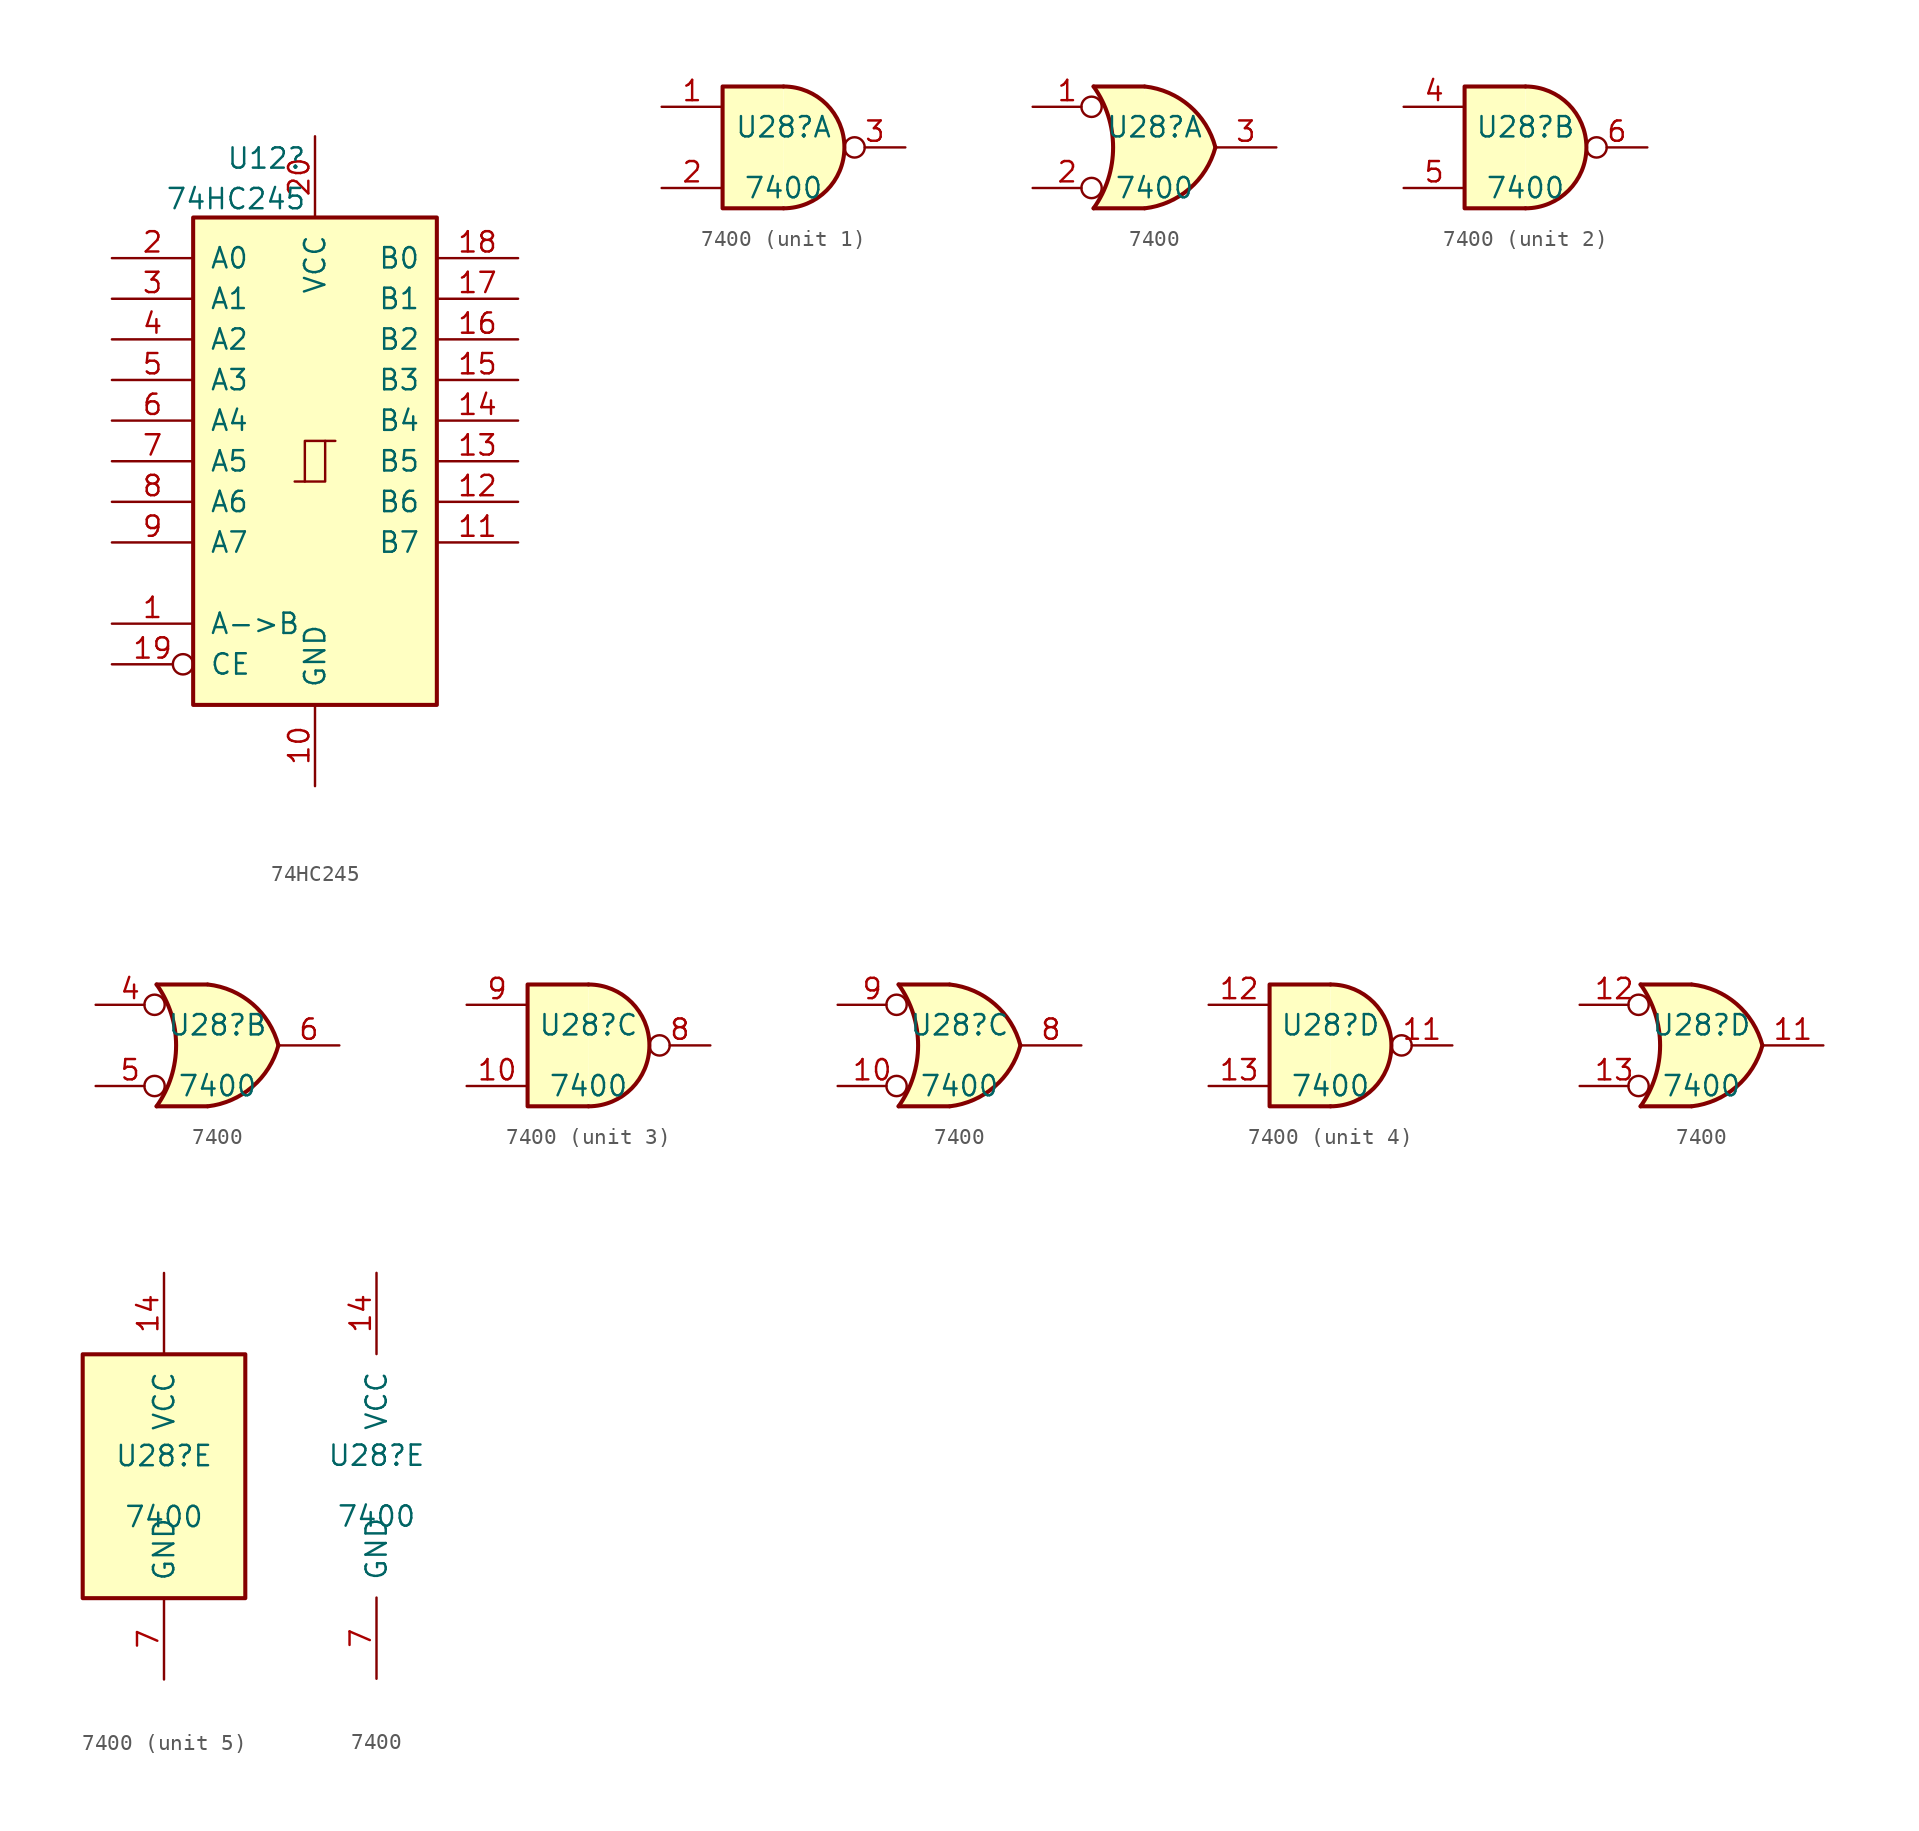
<source format=kicad_sym>
(kicad_symbol_lib
  (version 20220914)
  (generator kicad_symbol_editor)
  (symbol "74HC245"
    (pin_names
      (offset 1.016))
    (property "Reference" "U12"
      (at -0.521 18.94 0)
      (effects (font (size 1.27 1.27)) (justify right)))
    (property "Value" "74HC245"
      (at -0.521 16.403 0)
      (effects (font (size 1.27 1.27)) (justify right)))
    (property "ki_locked" ""
      (at 0 0 0)
      (effects (font (size 1.27 1.27))))
    (symbol "74HC245_1_0"
      (polyline (pts (xy -0.635 -1.27) (xy -0.635 1.27) (xy 0.635 1.27)) (stroke (width 0) (type default)) (fill (type none)))
      (polyline (pts (xy -1.27 -1.27) (xy 0.635 -1.27) (xy 0.635 1.27) (xy 1.27 1.27)) (stroke (width 0) (type default)) (fill (type none)))
      (pin input line (at -12.7 -10.16 0) (length 5.08) (name "A->B" (effects (font (size 1.27 1.27)))) (number "1" (effects (font (size 1.27 1.27)))))
      (pin power_in line (at 0 -20.32 90) (length 5.08) (name "GND" (effects (font (size 1.27 1.27)))) (number "10" (effects (font (size 1.27 1.27)))))
      (pin tri_state line (at 12.7 -5.08 180) (length 5.08) (name "B7" (effects (font (size 1.27 1.27)))) (number "11" (effects (font (size 1.27 1.27)))))
      (pin tri_state line (at 12.7 -2.54 180) (length 5.08) (name "B6" (effects (font (size 1.27 1.27)))) (number "12" (effects (font (size 1.27 1.27)))))
      (pin tri_state line (at 12.7 0 180) (length 5.08) (name "B5" (effects (font (size 1.27 1.27)))) (number "13" (effects (font (size 1.27 1.27)))))
      (pin tri_state line (at 12.7 2.54 180) (length 5.08) (name "B4" (effects (font (size 1.27 1.27)))) (number "14" (effects (font (size 1.27 1.27)))))
      (pin tri_state line (at 12.7 5.08 180) (length 5.08) (name "B3" (effects (font (size 1.27 1.27)))) (number "15" (effects (font (size 1.27 1.27)))))
      (pin tri_state line (at 12.7 7.62 180) (length 5.08) (name "B2" (effects (font (size 1.27 1.27)))) (number "16" (effects (font (size 1.27 1.27)))))
      (pin tri_state line (at 12.7 10.16 180) (length 5.08) (name "B1" (effects (font (size 1.27 1.27)))) (number "17" (effects (font (size 1.27 1.27)))))
      (pin tri_state line (at 12.7 12.7 180) (length 5.08) (name "B0" (effects (font (size 1.27 1.27)))) (number "18" (effects (font (size 1.27 1.27)))))
      (pin input inverted (at -12.7 -12.7 0) (length 5.08) (name "CE" (effects (font (size 1.27 1.27)))) (number "19" (effects (font (size 1.27 1.27)))))
      (pin tri_state line (at -12.7 12.7 0) (length 5.08) (name "A0" (effects (font (size 1.27 1.27)))) (number "2" (effects (font (size 1.27 1.27)))))
      (pin power_in line (at 0 20.32 270) (length 5.08) (name "VCC" (effects (font (size 1.27 1.27)))) (number "20" (effects (font (size 1.27 1.27)))))
      (pin tri_state line (at -12.7 10.16 0) (length 5.08) (name "A1" (effects (font (size 1.27 1.27)))) (number "3" (effects (font (size 1.27 1.27)))))
      (pin tri_state line (at -12.7 7.62 0) (length 5.08) (name "A2" (effects (font (size 1.27 1.27)))) (number "4" (effects (font (size 1.27 1.27)))))
      (pin tri_state line (at -12.7 5.08 0) (length 5.08) (name "A3" (effects (font (size 1.27 1.27)))) (number "5" (effects (font (size 1.27 1.27)))))
      (pin tri_state line (at -12.7 2.54 0) (length 5.08) (name "A4" (effects (font (size 1.27 1.27)))) (number "6" (effects (font (size 1.27 1.27)))))
      (pin tri_state line (at -12.7 0 0) (length 5.08) (name "A5" (effects (font (size 1.27 1.27)))) (number "7" (effects (font (size 1.27 1.27)))))
      (pin tri_state line (at -12.7 -2.54 0) (length 5.08) (name "A6" (effects (font (size 1.27 1.27)))) (number "8" (effects (font (size 1.27 1.27)))))
      (pin tri_state line (at -12.7 -5.08 0) (length 5.08) (name "A7" (effects (font (size 1.27 1.27)))) (number "9" (effects (font (size 1.27 1.27))))))
    (symbol "74HC245_1_1"
      (rectangle (start -7.62 15.24) (end 7.62 -15.24) (stroke (width 0.254) (type default)) (fill (type background)))))
  (symbol "7400"
    (pin_names
      (offset 1.016))
    (property "Reference" "U28"
      (at 0 1.27 0)
      (effects (font (size 1.27 1.27))))
    (property "Value" "7400"
      (at 0 -2.54 0)
      (effects (font (size 1.27 1.27))))
    (property "ki_locked" ""
      (at 0 0 0)
      (effects (font (size 1.27 1.27))))
    (symbol "7400_1_1"
      (arc (start 0 -3.81) (mid 3.7934 0) (end 0 3.81) (stroke (width 0.254) (type default)) (fill (type background)))
      (polyline (pts (xy 0 3.81) (xy -3.81 3.81) (xy -3.81 -3.81) (xy 0 -3.81)) (stroke (width 0.254) (type default)) (fill (type background)))
      (pin input line (at -7.62 2.54 0) (length 3.81) (name "~" (effects (font (size 1.27 1.27)))) (number "1" (effects (font (size 1.27 1.27)))))
      (pin input line (at -7.62 -2.54 0) (length 3.81) (name "~" (effects (font (size 1.27 1.27)))) (number "2" (effects (font (size 1.27 1.27)))))
      (pin output inverted (at 7.62 0 180) (length 3.81) (name "~" (effects (font (size 1.27 1.27)))) (number "3" (effects (font (size 1.27 1.27))))))
    (symbol "7400_1_2"
      (arc (start -3.81 -3.81) (mid -2.589 0) (end -3.81 3.81) (stroke (width 0.254) (type default)) (fill (type none)))
      (arc (start -0.6096 -3.81) (mid 2.1842 -2.5851) (end 3.81 0) (stroke (width 0.254) (type default)) (fill (type background)))
      (polyline (pts (xy -3.81 -3.81) (xy -0.635 -3.81)) (stroke (width 0.254) (type default)) (fill (type background)))
      (polyline (pts (xy -3.81 3.81) (xy -0.635 3.81)) (stroke (width 0.254) (type default)) (fill (type background)))
      (polyline (pts (xy -0.635 3.81) (xy -3.81 3.81) (xy -3.81 3.81) (xy -3.556 3.404) (xy -3.023 2.261) (xy -2.692 1.041) (xy -2.616 -0.254) (xy -2.769 -1.499) (xy -3.175 -2.718) (xy -3.81 -3.81) (xy -3.81 -3.81) (xy -0.635 -3.81)) (stroke (width -25.4) (type default)) (fill (type background)))
      (arc (start 3.81 0) (mid 2.1915 2.5936) (end -0.6096 3.81) (stroke (width 0.254) (type default)) (fill (type background)))
      (pin input inverted (at -7.62 2.54 0) (length 4.318) (name "~" (effects (font (size 1.27 1.27)))) (number "1" (effects (font (size 1.27 1.27)))))
      (pin input inverted (at -7.62 -2.54 0) (length 4.318) (name "~" (effects (font (size 1.27 1.27)))) (number "2" (effects (font (size 1.27 1.27)))))
      (pin output line (at 7.62 0 180) (length 3.81) (name "~" (effects (font (size 1.27 1.27)))) (number "3" (effects (font (size 1.27 1.27))))))
    (symbol "7400_2_1"
      (arc (start 0 -3.81) (mid 3.7934 0) (end 0 3.81) (stroke (width 0.254) (type default)) (fill (type background)))
      (polyline (pts (xy 0 3.81) (xy -3.81 3.81) (xy -3.81 -3.81) (xy 0 -3.81)) (stroke (width 0.254) (type default)) (fill (type background)))
      (pin input line (at -7.62 2.54 0) (length 3.81) (name "~" (effects (font (size 1.27 1.27)))) (number "4" (effects (font (size 1.27 1.27)))))
      (pin input line (at -7.62 -2.54 0) (length 3.81) (name "~" (effects (font (size 1.27 1.27)))) (number "5" (effects (font (size 1.27 1.27)))))
      (pin output inverted (at 7.62 0 180) (length 3.81) (name "~" (effects (font (size 1.27 1.27)))) (number "6" (effects (font (size 1.27 1.27))))))
    (symbol "7400_2_2"
      (arc (start -3.81 -3.81) (mid -2.589 0) (end -3.81 3.81) (stroke (width 0.254) (type default)) (fill (type none)))
      (arc (start -0.6096 -3.81) (mid 2.1842 -2.5851) (end 3.81 0) (stroke (width 0.254) (type default)) (fill (type background)))
      (polyline (pts (xy -3.81 -3.81) (xy -0.635 -3.81)) (stroke (width 0.254) (type default)) (fill (type background)))
      (polyline (pts (xy -3.81 3.81) (xy -0.635 3.81)) (stroke (width 0.254) (type default)) (fill (type background)))
      (polyline (pts (xy -0.635 3.81) (xy -3.81 3.81) (xy -3.81 3.81) (xy -3.556 3.404) (xy -3.023 2.261) (xy -2.692 1.041) (xy -2.616 -0.254) (xy -2.769 -1.499) (xy -3.175 -2.718) (xy -3.81 -3.81) (xy -3.81 -3.81) (xy -0.635 -3.81)) (stroke (width -25.4) (type default)) (fill (type background)))
      (arc (start 3.81 0) (mid 2.1915 2.5936) (end -0.6096 3.81) (stroke (width 0.254) (type default)) (fill (type background)))
      (pin input inverted (at -7.62 2.54 0) (length 4.318) (name "~" (effects (font (size 1.27 1.27)))) (number "4" (effects (font (size 1.27 1.27)))))
      (pin input inverted (at -7.62 -2.54 0) (length 4.318) (name "~" (effects (font (size 1.27 1.27)))) (number "5" (effects (font (size 1.27 1.27)))))
      (pin output line (at 7.62 0 180) (length 3.81) (name "~" (effects (font (size 1.27 1.27)))) (number "6" (effects (font (size 1.27 1.27))))))
    (symbol "7400_3_1"
      (arc (start 0 -3.81) (mid 3.7934 0) (end 0 3.81) (stroke (width 0.254) (type default)) (fill (type background)))
      (polyline (pts (xy 0 3.81) (xy -3.81 3.81) (xy -3.81 -3.81) (xy 0 -3.81)) (stroke (width 0.254) (type default)) (fill (type background)))
      (pin input line (at -7.62 -2.54 0) (length 3.81) (name "~" (effects (font (size 1.27 1.27)))) (number "10" (effects (font (size 1.27 1.27)))))
      (pin output inverted (at 7.62 0 180) (length 3.81) (name "~" (effects (font (size 1.27 1.27)))) (number "8" (effects (font (size 1.27 1.27)))))
      (pin input line (at -7.62 2.54 0) (length 3.81) (name "~" (effects (font (size 1.27 1.27)))) (number "9" (effects (font (size 1.27 1.27))))))
    (symbol "7400_3_2"
      (arc (start -3.81 -3.81) (mid -2.589 0) (end -3.81 3.81) (stroke (width 0.254) (type default)) (fill (type none)))
      (arc (start -0.6096 -3.81) (mid 2.1842 -2.5851) (end 3.81 0) (stroke (width 0.254) (type default)) (fill (type background)))
      (polyline (pts (xy -3.81 -3.81) (xy -0.635 -3.81)) (stroke (width 0.254) (type default)) (fill (type background)))
      (polyline (pts (xy -3.81 3.81) (xy -0.635 3.81)) (stroke (width 0.254) (type default)) (fill (type background)))
      (polyline (pts (xy -0.635 3.81) (xy -3.81 3.81) (xy -3.81 3.81) (xy -3.556 3.404) (xy -3.023 2.261) (xy -2.692 1.041) (xy -2.616 -0.254) (xy -2.769 -1.499) (xy -3.175 -2.718) (xy -3.81 -3.81) (xy -3.81 -3.81) (xy -0.635 -3.81)) (stroke (width -25.4) (type default)) (fill (type background)))
      (arc (start 3.81 0) (mid 2.1915 2.5936) (end -0.6096 3.81) (stroke (width 0.254) (type default)) (fill (type background)))
      (pin input inverted (at -7.62 -2.54 0) (length 4.318) (name "~" (effects (font (size 1.27 1.27)))) (number "10" (effects (font (size 1.27 1.27)))))
      (pin output line (at 7.62 0 180) (length 3.81) (name "~" (effects (font (size 1.27 1.27)))) (number "8" (effects (font (size 1.27 1.27)))))
      (pin input inverted (at -7.62 2.54 0) (length 4.318) (name "~" (effects (font (size 1.27 1.27)))) (number "9" (effects (font (size 1.27 1.27))))))
    (symbol "7400_4_1"
      (arc (start 0 -3.81) (mid 3.7934 0) (end 0 3.81) (stroke (width 0.254) (type default)) (fill (type background)))
      (polyline (pts (xy 0 3.81) (xy -3.81 3.81) (xy -3.81 -3.81) (xy 0 -3.81)) (stroke (width 0.254) (type default)) (fill (type background)))
      (pin output inverted (at 7.62 0 180) (length 3.81) (name "~" (effects (font (size 1.27 1.27)))) (number "11" (effects (font (size 1.27 1.27)))))
      (pin input line (at -7.62 2.54 0) (length 3.81) (name "~" (effects (font (size 1.27 1.27)))) (number "12" (effects (font (size 1.27 1.27)))))
      (pin input line (at -7.62 -2.54 0) (length 3.81) (name "~" (effects (font (size 1.27 1.27)))) (number "13" (effects (font (size 1.27 1.27))))))
    (symbol "7400_4_2"
      (arc (start -3.81 -3.81) (mid -2.589 0) (end -3.81 3.81) (stroke (width 0.254) (type default)) (fill (type none)))
      (arc (start -0.6096 -3.81) (mid 2.1842 -2.5851) (end 3.81 0) (stroke (width 0.254) (type default)) (fill (type background)))
      (polyline (pts (xy -3.81 -3.81) (xy -0.635 -3.81)) (stroke (width 0.254) (type default)) (fill (type background)))
      (polyline (pts (xy -3.81 3.81) (xy -0.635 3.81)) (stroke (width 0.254) (type default)) (fill (type background)))
      (polyline (pts (xy -0.635 3.81) (xy -3.81 3.81) (xy -3.81 3.81) (xy -3.556 3.404) (xy -3.023 2.261) (xy -2.692 1.041) (xy -2.616 -0.254) (xy -2.769 -1.499) (xy -3.175 -2.718) (xy -3.81 -3.81) (xy -3.81 -3.81) (xy -0.635 -3.81)) (stroke (width -25.4) (type default)) (fill (type background)))
      (arc (start 3.81 0) (mid 2.1915 2.5936) (end -0.6096 3.81) (stroke (width 0.254) (type default)) (fill (type background)))
      (pin output line (at 7.62 0 180) (length 3.81) (name "~" (effects (font (size 1.27 1.27)))) (number "11" (effects (font (size 1.27 1.27)))))
      (pin input inverted (at -7.62 2.54 0) (length 4.318) (name "~" (effects (font (size 1.27 1.27)))) (number "12" (effects (font (size 1.27 1.27)))))
      (pin input inverted (at -7.62 -2.54 0) (length 4.318) (name "~" (effects (font (size 1.27 1.27)))) (number "13" (effects (font (size 1.27 1.27))))))
    (symbol "7400_5_0"
      (pin power_in line (at 0 12.7 270) (length 5.08) (name "VCC" (effects (font (size 1.27 1.27)))) (number "14" (effects (font (size 1.27 1.27)))))
      (pin power_in line (at 0 -12.7 90) (length 5.08) (name "GND" (effects (font (size 1.27 1.27)))) (number "7" (effects (font (size 1.27 1.27))))))
    (symbol "7400_5_1"
      (rectangle (start -5.08 7.62) (end 5.08 -7.62) (stroke (width 0.254) (type default)) (fill (type background))))))
</source>
